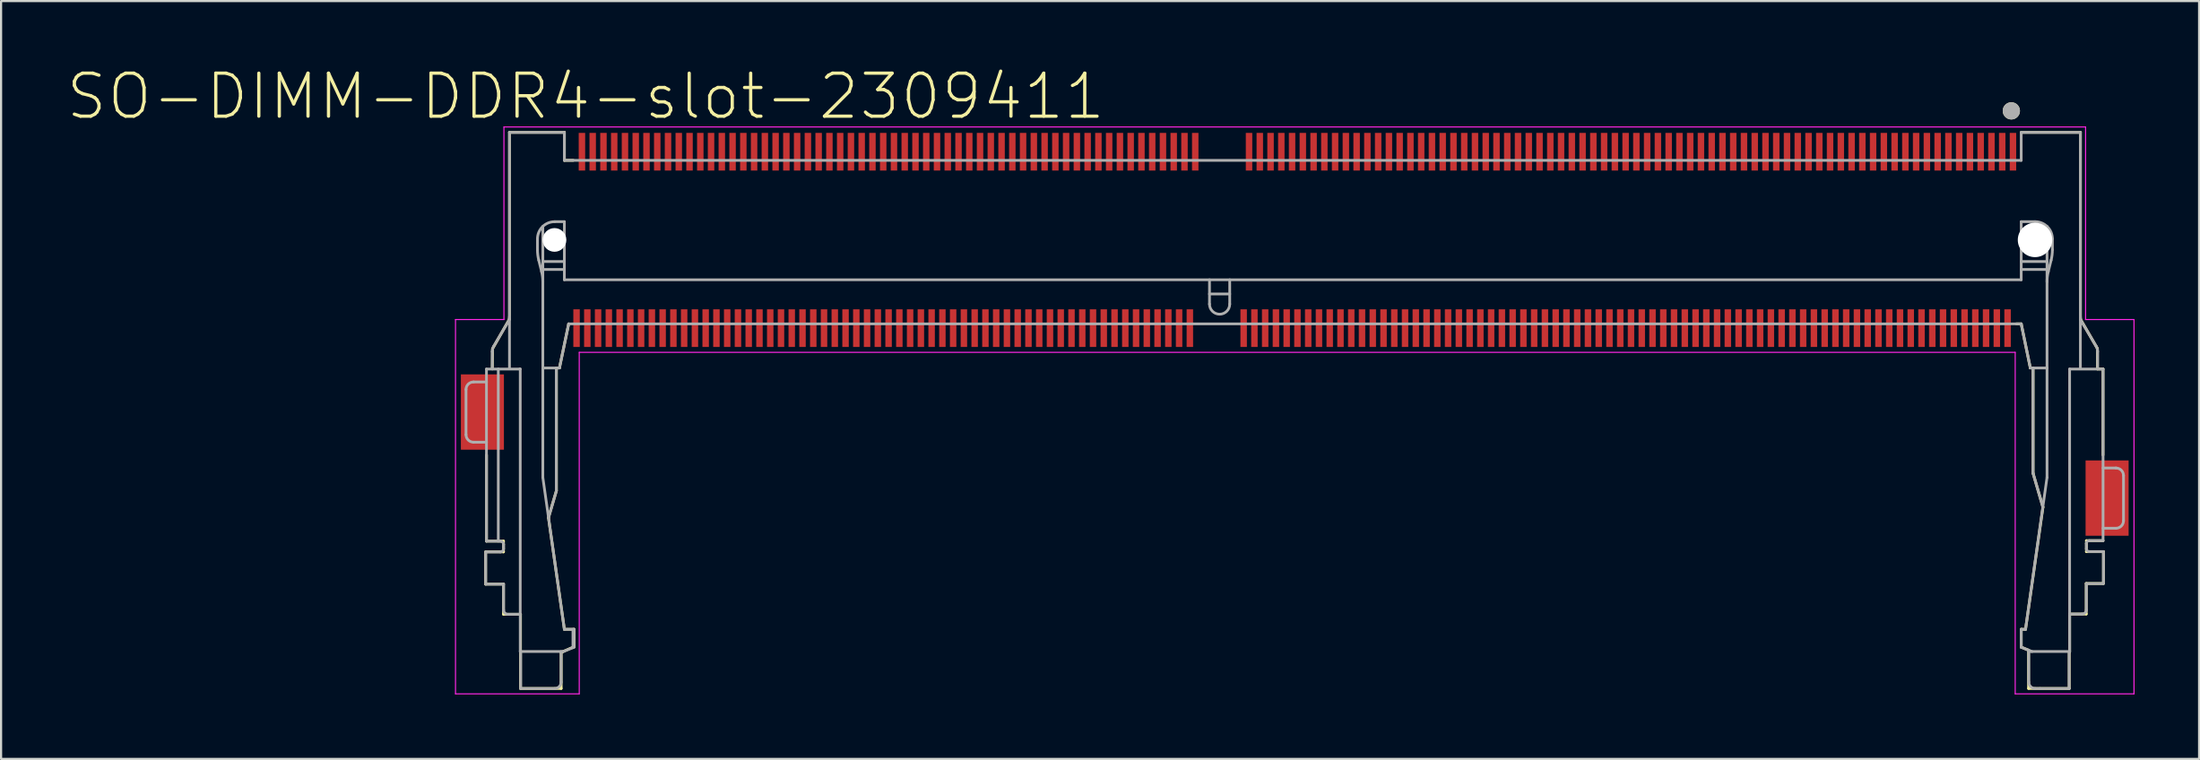
<source format=kicad_pcb>
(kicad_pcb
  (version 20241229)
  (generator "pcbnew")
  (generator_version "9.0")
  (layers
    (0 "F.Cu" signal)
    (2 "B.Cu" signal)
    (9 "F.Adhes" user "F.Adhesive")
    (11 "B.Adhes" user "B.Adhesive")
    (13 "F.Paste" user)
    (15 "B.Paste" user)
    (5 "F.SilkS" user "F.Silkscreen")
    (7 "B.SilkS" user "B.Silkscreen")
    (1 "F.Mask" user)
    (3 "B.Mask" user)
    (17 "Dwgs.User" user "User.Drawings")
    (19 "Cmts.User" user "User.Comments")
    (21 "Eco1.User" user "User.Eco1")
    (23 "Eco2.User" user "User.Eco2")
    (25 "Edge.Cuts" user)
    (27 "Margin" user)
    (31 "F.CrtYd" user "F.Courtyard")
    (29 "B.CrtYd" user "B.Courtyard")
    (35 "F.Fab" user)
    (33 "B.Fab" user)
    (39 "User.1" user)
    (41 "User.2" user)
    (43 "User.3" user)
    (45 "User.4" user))
  (footprint "SO-DIMM-DDR4-slot-2309411"
    (layer "F.Cu")
    (at 53.618 8.103)
    (property "Reference" "SO-DIMM-DDR4-slot-2309411" (at -29.45 -6.67 0) (layer "F.SilkS") (effects (font (size 2 2) (thickness 0.15))))
    (attr through_hole)
    (fp_line (start -34.1 14.5) (end -33.27 14.5) (stroke (width 0.127) (type solid)) (layer "F.SilkS"))
    (fp_line (start -34.1 16) (end -34.1 14.5) (stroke (width 0.127) (type solid)) (layer "F.SilkS"))
    (fp_line (start -34.06 14) (end -34.06 10) (stroke (width 0.127) (type solid)) (layer "F.SilkS"))
    (fp_line (start -33.78 5.06) (end -33.79 6) (stroke (width 0.127) (type solid)) (layer "F.SilkS"))
    (fp_line (start -33.27 14) (end -34.06 14) (stroke (width 0.127) (type solid)) (layer "F.SilkS"))
    (fp_line (start -33.27 14.5) (end -33.27 14) (stroke (width 0.127) (type solid)) (layer "F.SilkS"))
    (fp_line (start -33.27 16) (end -34.1 16) (stroke (width 0.127) (type solid)) (layer "F.SilkS"))
    (fp_line (start -33.27 17.4) (end -33.27 16) (stroke (width 0.127) (type solid)) (layer "F.SilkS"))
    (fp_line (start -33 3.69) (end -33.78 5.06) (stroke (width 0.127) (type solid)) (layer "F.SilkS"))
    (fp_line (start -32.99 -5) (end -32.99 3.69) (stroke (width 0.127) (type solid)) (layer "F.SilkS"))
    (fp_line (start -32.48 17.4) (end -33.27 17.4) (stroke (width 0.127) (type solid)) (layer "F.SilkS"))
    (fp_line (start -32.48 20.85) (end -32.48 17.4) (stroke (width 0.127) (type solid)) (layer "F.SilkS"))
    (fp_line (start -31.18 12.91) (end -30.44 18.1) (stroke (width 0.127) (type solid)) (layer "F.SilkS"))
    (fp_line (start -30.81 5.95) (end -30.81 11.65) (stroke (width 0.127) (type solid)) (layer "F.SilkS"))
    (fp_line (start -30.81 11.65) (end -31.18 12.91) (stroke (width 0.127) (type solid)) (layer "F.SilkS"))
    (fp_line (start -30.67 5.95) (end -30.81 5.95) (stroke (width 0.127) (type solid)) (layer "F.SilkS"))
    (fp_line (start -30.59 19.18) (end -30.59 20.85) (stroke (width 0.127) (type solid)) (layer "F.SilkS"))
    (fp_line (start -30.59 20.85) (end -32.48 20.85) (stroke (width 0.127) (type solid)) (layer "F.SilkS"))
    (fp_line (start -30.47 19.12) (end -30.59 19.18) (stroke (width 0.127) (type solid)) (layer "F.SilkS"))
    (fp_line (start -30.44 -5) (end -32.99 -5) (stroke (width 0.127) (type solid)) (layer "F.SilkS"))
    (fp_line (start -30.44 -3.7) (end -30.44 -5) (stroke (width 0.127) (type solid)) (layer "F.SilkS"))
    (fp_line (start -30.44 18.1) (end -29.99 18.1) (stroke (width 0.127) (type solid)) (layer "F.SilkS"))
    (fp_line (start -30.24 3.9) (end -30.67 5.95) (stroke (width 0.127) (type solid)) (layer "F.SilkS"))
    (fp_line (start -30.03 -3.7) (end -30.44 -3.7) (stroke (width 0.127) (type solid)) (layer "F.SilkS"))
    (fp_line (start -29.99 18.1) (end -29.99 18.91) (stroke (width 0.127) (type solid)) (layer "F.SilkS"))
    (fp_line (start -29.99 18.91) (end -30.47 19.12) (stroke (width 0.127) (type solid)) (layer "F.SilkS"))
    (fp_line (start 37.03 3.9) (end 37.26 3.9) (stroke (width 0.127) (type solid)) (layer "F.SilkS"))
    (fp_line (start 37.26 3.9) (end 37.68 5.95) (stroke (width 0.127) (type solid)) (layer "F.SilkS"))
    (fp_line (start 37.26 18.1) (end 37.46 18.1) (stroke (width 0.127) (type solid)) (layer "F.SilkS"))
    (fp_line (start 37.26 18.93) (end 37.26 18.1) (stroke (width 0.127) (type solid)) (layer "F.SilkS"))
    (fp_line (start 37.46 18.1) (end 38.27 12.42) (stroke (width 0.127) (type solid)) (layer "F.SilkS"))
    (fp_line (start 37.6 19.07) (end 37.26 18.93) (stroke (width 0.127) (type solid)) (layer "F.SilkS"))
    (fp_line (start 37.6 20.85) (end 37.6 19.07) (stroke (width 0.127) (type solid)) (layer "F.SilkS"))
    (fp_line (start 37.68 5.95) (end 37.81 5.95) (stroke (width 0.127) (type solid)) (layer "F.SilkS"))
    (fp_line (start 37.81 5.95) (end 37.81 10.85) (stroke (width 0.127) (type solid)) (layer "F.SilkS"))
    (fp_line (start 37.81 10.85) (end 38.27 12.42) (stroke (width 0.127) (type solid)) (layer "F.SilkS"))
    (fp_line (start 39.49 19.14) (end 39.49 20.85) (stroke (width 0.127) (type solid)) (layer "F.SilkS"))
    (fp_line (start 39.49 20.85) (end 37.6 20.85) (stroke (width 0.127) (type solid)) (layer "F.SilkS"))
    (fp_line (start 39.51 17.39) (end 39.51 19.14) (stroke (width 0.127) (type solid)) (layer "F.SilkS"))
    (fp_line (start 39.51 19.14) (end 39.49 19.14) (stroke (width 0.127) (type solid)) (layer "F.SilkS"))
    (fp_line (start 40.01 -5) (end 37.26 -5) (stroke (width 0.127) (type solid)) (layer "F.SilkS"))
    (fp_line (start 40.01 -5) (end 40.01 3.68) (stroke (width 0.127) (type solid)) (layer "F.SilkS"))
    (fp_line (start 40.01 3.68) (end 40.01 3.69) (stroke (width 0.127) (type solid)) (layer "F.SilkS"))
    (fp_line (start 40.01 3.68) (end 40.8 5.05) (stroke (width 0.127) (type solid)) (layer "F.SilkS"))
    (fp_line (start 40.28 15.97) (end 40.28 17.39) (stroke (width 0.127) (type solid)) (layer "F.SilkS"))
    (fp_line (start 40.28 17.39) (end 39.51 17.39) (stroke (width 0.127) (type solid)) (layer "F.SilkS"))
    (fp_line (start 40.29 13.98) (end 40.29 14.49) (stroke (width 0.127) (type solid)) (layer "F.SilkS"))
    (fp_line (start 40.29 14.49) (end 41.08 14.49) (stroke (width 0.127) (type solid)) (layer "F.SilkS"))
    (fp_line (start 40.8 5.05) (end 40.8 6) (stroke (width 0.127) (type solid)) (layer "F.SilkS"))
    (fp_line (start 40.8 6) (end 41.06 6) (stroke (width 0.127) (type solid)) (layer "F.SilkS"))
    (fp_line (start 41.06 6) (end 41.06 10) (stroke (width 0.127) (type solid)) (layer "F.SilkS"))
    (fp_line (start 41.06 13.98) (end 40.29 13.98) (stroke (width 0.127) (type solid)) (layer "F.SilkS"))
    (fp_line (start 41.08 14.49) (end 41.08 15.97) (stroke (width 0.127) (type solid)) (layer "F.SilkS"))
    (fp_line (start 41.08 15.97) (end 40.28 15.97) (stroke (width 0.127) (type solid)) (layer "F.SilkS"))
    (fp_circle (center 36.8 -6) (end 37 -6) (stroke (width 0.4) (type solid)) (fill no) (layer "F.SilkS"))
    (fp_line (start -35.5 3.7) (end -35.5 21.1) (stroke (width 0.05) (type solid)) (layer "F.CrtYd"))
    (fp_line (start -35.5 3.7) (end -33.25 3.7) (stroke (width 0.05) (type solid)) (layer "F.CrtYd"))
    (fp_line (start -35.5 21.1) (end -29.75 21.1) (stroke (width 0.05) (type solid)) (layer "F.CrtYd"))
    (fp_line (start -33.25 -5.25) (end 40.25 -5.25) (stroke (width 0.05) (type solid)) (layer "F.CrtYd"))
    (fp_line (start -33.25 3.7) (end -33.25 -5.25) (stroke (width 0.05) (type solid)) (layer "F.CrtYd"))
    (fp_line (start -29.75 5.225) (end -29.75 21.1) (stroke (width 0.05) (type solid)) (layer "F.CrtYd"))
    (fp_line (start 36.98 5.225) (end -29.75 5.225) (stroke (width 0.05) (type solid)) (layer "F.CrtYd"))
    (fp_line (start 36.98 21.1) (end 36.98 5.225) (stroke (width 0.05) (type solid)) (layer "F.CrtYd"))
    (fp_line (start 40.25 -5.25) (end 40.25 3.7) (stroke (width 0.05) (type solid)) (layer "F.CrtYd"))
    (fp_line (start 40.25 3.7) (end 42.5 3.7) (stroke (width 0.05) (type solid)) (layer "F.CrtYd"))
    (fp_line (start 42.5 3.7) (end 42.5 21.1) (stroke (width 0.05) (type solid)) (layer "F.CrtYd"))
    (fp_line (start 42.5 21.1) (end 36.98 21.1) (stroke (width 0.05) (type solid)) (layer "F.CrtYd"))
    (fp_line (start -35.012 9.052) (end -35.012 6.952) (stroke (width 0.127) (type solid)) (layer "F.Fab"))
    (fp_line (start -34.662 6.602) (end -34.062 6.602) (stroke (width 0.127) (type solid)) (layer "F.Fab"))
    (fp_line (start -34.099 16.002) (end -34.099 14.502) (stroke (width 0.127) (type solid)) (layer "F.Fab"))
    (fp_line (start -34.081 14.502) (end -33.417 14.502) (stroke (width 0.127) (type solid)) (layer "F.Fab"))
    (fp_line (start -34.062 6.002) (end -34.062 14.002) (stroke (width 0.127) (type solid)) (layer "F.Fab"))
    (fp_line (start -34.062 6.002) (end -32.517 6.002) (stroke (width 0.127) (type solid)) (layer "F.Fab"))
    (fp_line (start -34.062 9.402) (end -34.662 9.402) (stroke (width 0.127) (type solid)) (layer "F.Fab"))
    (fp_line (start -33.792 5.189) (end -33.792 5.952) (stroke (width 0.127) (type solid)) (layer "F.Fab"))
    (fp_line (start -33.512 6.002) (end -33.512 14.002) (stroke (width 0.127) (type solid)) (layer "F.Fab"))
    (fp_line (start -33.417 14.002) (end -34.062 14.002) (stroke (width 0.127) (type solid)) (layer "F.Fab"))
    (fp_line (start -33.267 14.352) (end -33.267 14.152) (stroke (width 0.127) (type solid)) (layer "F.Fab"))
    (fp_line (start -33.267 16.002) (end -34.081 16.002) (stroke (width 0.127) (type solid)) (layer "F.Fab"))
    (fp_line (start -33.267 17.202) (end -33.267 16.002) (stroke (width 0.127) (type solid)) (layer "F.Fab"))
    (fp_line (start -33.062 3.82) (end -33.722 4.935) (stroke (width 0.127) (type solid)) (layer "F.Fab"))
    (fp_line (start -32.992 -4.998) (end -32.992 5.952) (stroke (width 0.127) (type solid)) (layer "F.Fab"))
    (fp_line (start -32.492 17.402) (end -33.067 17.402) (stroke (width 0.127) (type solid)) (layer "F.Fab"))
    (fp_line (start -32.492 19.132) (end -32.492 6.002) (stroke (width 0.127) (type solid)) (layer "F.Fab"))
    (fp_line (start -32.492 19.132) (end -30.492 19.132) (stroke (width 0.127) (type solid)) (layer "F.Fab"))
    (fp_line (start -32.472 20.852) (end -32.472 19.132) (stroke (width 0.127) (type solid)) (layer "F.Fab"))
    (fp_line (start -31.692 -0.048) (end -31.692 0.456) (stroke (width 0.127) (type solid)) (layer "F.Fab"))
    (fp_line (start -31.632 0.941) (end -31.502 1.464) (stroke (width 0.127) (type solid)) (layer "F.Fab"))
    (fp_line (start -31.442 1.003) (end -30.442 1.003) (stroke (width 0.127) (type solid)) (layer "F.Fab"))
    (fp_line (start -31.442 1.372) (end -30.442 1.372) (stroke (width 0.127) (type solid)) (layer "F.Fab"))
    (fp_line (start -31.442 11.041) (end -31.442 -0.629) (stroke (width 0.127) (type solid)) (layer "F.Fab"))
    (fp_line (start -30.892 20.852) (end -32.472 20.852) (stroke (width 0.127) (type solid)) (layer "F.Fab"))
    (fp_line (start -30.817 5.952) (end -30.817 11.684) (stroke (width 0.127) (type solid)) (layer "F.Fab"))
    (fp_line (start -30.817 11.684) (end -31.177 12.912) (stroke (width 0.127) (type solid)) (layer "F.Fab"))
    (fp_line (start -30.669 5.952) (end -31.442 5.952) (stroke (width 0.127) (type solid)) (layer "F.Fab"))
    (fp_line (start -30.669 5.952) (end -30.242 3.902) (stroke (width 0.127) (type solid)) (layer "F.Fab"))
    (fp_line (start -30.592 19.132) (end -30.592 20.552) (stroke (width 0.127) (type solid)) (layer "F.Fab"))
    (fp_line (start -30.492 19.132) (end -29.992 18.932) (stroke (width 0.127) (type solid)) (layer "F.Fab"))
    (fp_line (start -30.442 -4.998) (end -32.992 -4.998) (stroke (width 0.127) (type solid)) (layer "F.Fab"))
    (fp_line (start -30.442 -3.698) (end -30.442 -4.998) (stroke (width 0.127) (type solid)) (layer "F.Fab"))
    (fp_line (start -30.442 -0.848) (end -30.892 -0.848) (stroke (width 0.127) (type solid)) (layer "F.Fab"))
    (fp_line (start -30.442 -0.848) (end -30.442 1.852) (stroke (width 0.127) (type solid)) (layer "F.Fab"))
    (fp_line (start -30.442 1.852) (end 37.258 1.852) (stroke (width 0.127) (type solid)) (layer "F.Fab"))
    (fp_line (start -30.442 18.102) (end -31.442 11.041) (stroke (width 0.127) (type solid)) (layer "F.Fab"))
    (fp_line (start -30.442 18.102) (end -29.992 18.102) (stroke (width 0.127) (type solid)) (layer "F.Fab"))
    (fp_line (start -30.242 3.902) (end 37.258 3.902) (stroke (width 0.127) (type solid)) (layer "F.Fab"))
    (fp_line (start -30.042 18.952) (end -30.042 18.102) (stroke (width 0.127) (type solid)) (layer "F.Fab"))
    (fp_line (start -29.992 18.932) (end -29.992 18.102) (stroke (width 0.127) (type solid)) (layer "F.Fab"))
    (fp_line (start -0.462 2.982) (end -0.462 1.852) (stroke (width 0.127) (type solid)) (layer "F.Fab"))
    (fp_line (start 0.478 2.512) (end -0.462 2.512) (stroke (width 0.127) (type solid)) (layer "F.Fab"))
    (fp_line (start 0.478 2.982) (end 0.478 1.852) (stroke (width 0.127) (type solid)) (layer "F.Fab"))
    (fp_line (start 37.258 -4.998) (end 37.258 -3.698) (stroke (width 0.127) (type solid)) (layer "F.Fab"))
    (fp_line (start 37.258 -3.698) (end -30.442 -3.698) (stroke (width 0.127) (type solid)) (layer "F.Fab"))
    (fp_line (start 37.258 -0.848) (end 37.908 -0.848) (stroke (width 0.127) (type solid)) (layer "F.Fab"))
    (fp_line (start 37.258 1.003) (end 38.458 1.003) (stroke (width 0.127) (type solid)) (layer "F.Fab"))
    (fp_line (start 37.258 1.372) (end 38.458 1.372) (stroke (width 0.127) (type solid)) (layer "F.Fab"))
    (fp_line (start 37.258 1.852) (end 37.258 -0.848) (stroke (width 0.127) (type solid)) (layer "F.Fab"))
    (fp_line (start 37.258 3.902) (end 37.685 5.952) (stroke (width 0.127) (type solid)) (layer "F.Fab"))
    (fp_line (start 37.258 18.102) (end 37.258 18.932) (stroke (width 0.127) (type solid)) (layer "F.Fab"))
    (fp_line (start 37.258 18.102) (end 37.458 18.102) (stroke (width 0.127) (type solid)) (layer "F.Fab"))
    (fp_line (start 37.258 18.932) (end 37.758 19.132) (stroke (width 0.127) (type solid)) (layer "F.Fab"))
    (fp_line (start 37.458 18.102) (end 38.458 11.041) (stroke (width 0.127) (type solid)) (layer "F.Fab"))
    (fp_line (start 37.608 19.072) (end 37.608 20.552) (stroke (width 0.127) (type solid)) (layer "F.Fab"))
    (fp_line (start 37.608 19.132) (end 39.508 19.132) (stroke (width 0.127) (type solid)) (layer "F.Fab"))
    (fp_line (start 37.685 5.952) (end 38.458 5.952) (stroke (width 0.127) (type solid)) (layer "F.Fab"))
    (fp_line (start 37.808 10.836) (end 37.808 5.952) (stroke (width 0.127) (type solid)) (layer "F.Fab"))
    (fp_line (start 38.127 20.852) (end 37.908 20.852) (stroke (width 0.127) (type solid)) (layer "F.Fab"))
    (fp_line (start 38.263 12.421) (end 37.808 10.836) (stroke (width 0.127) (type solid)) (layer "F.Fab"))
    (fp_line (start 38.458 -0.629) (end 38.458 11.041) (stroke (width 0.127) (type solid)) (layer "F.Fab"))
    (fp_line (start 38.648 0.941) (end 38.518 1.464) (stroke (width 0.127) (type solid)) (layer "F.Fab"))
    (fp_line (start 38.708 -0.048) (end 38.708 0.456) (stroke (width 0.127) (type solid)) (layer "F.Fab"))
    (fp_line (start 39.488 19.132) (end 39.488 20.853) (stroke (width 0.127) (type solid)) (layer "F.Fab"))
    (fp_line (start 39.488 20.853) (end 38.127 20.853) (stroke (width 0.127) (type solid)) (layer "F.Fab"))
    (fp_line (start 39.508 6.002) (end 41.062 6.002) (stroke (width 0.127) (type solid)) (layer "F.Fab"))
    (fp_line (start 39.508 19.132) (end 39.508 6.002) (stroke (width 0.127) (type solid)) (layer "F.Fab"))
    (fp_line (start 40.008 -4.998) (end 37.258 -4.998) (stroke (width 0.127) (type solid)) (layer "F.Fab"))
    (fp_line (start 40.008 5.952) (end 40.008 -4.998) (stroke (width 0.127) (type solid)) (layer "F.Fab"))
    (fp_line (start 40.086 17.39) (end 39.508 17.39) (stroke (width 0.127) (type solid)) (layer "F.Fab"))
    (fp_line (start 40.286 15.975) (end 40.286 17.189) (stroke (width 0.127) (type solid)) (layer "F.Fab"))
    (fp_line (start 40.287 14.108) (end 40.287 14.358) (stroke (width 0.127) (type solid)) (layer "F.Fab"))
    (fp_line (start 40.414 14.486) (end 41.066 14.486) (stroke (width 0.127) (type solid)) (layer "F.Fab"))
    (fp_line (start 40.738 4.935) (end 40.078 3.82) (stroke (width 0.127) (type solid)) (layer "F.Fab"))
    (fp_line (start 40.808 5.952) (end 40.808 5.189) (stroke (width 0.127) (type solid)) (layer "F.Fab"))
    (fp_line (start 41.062 10.602) (end 41.662 10.602) (stroke (width 0.127) (type solid)) (layer "F.Fab"))
    (fp_line (start 41.062 13.98) (end 40.414 13.98) (stroke (width 0.127) (type solid)) (layer "F.Fab"))
    (fp_line (start 41.062 13.98) (end 41.062 6.002) (stroke (width 0.127) (type solid)) (layer "F.Fab"))
    (fp_line (start 41.066 15.975) (end 40.286 15.975) (stroke (width 0.127) (type solid)) (layer "F.Fab"))
    (fp_line (start 41.081 15.975) (end 41.081 14.486) (stroke (width 0.127) (type solid)) (layer "F.Fab"))
    (fp_line (start 41.662 13.402) (end 41.062 13.402) (stroke (width 0.127) (type solid)) (layer "F.Fab"))
    (fp_line (start 42.012 10.952) (end 42.012 13.052) (stroke (width 0.127) (type solid)) (layer "F.Fab"))
    (fp_arc (start -35.0121 6.95244) (mid -34.909587 6.704953) (end -34.6621 6.60244) (stroke (width 0.127) (type solid)) (layer "F.Fab"))
    (fp_arc (start -34.6621 9.40244) (mid -34.909587 9.299927) (end -35.0121 9.05244) (stroke (width 0.127) (type solid)) (layer "F.Fab"))
    (fp_arc (start -33.7919 5.18946) (mid -33.774097 5.057308) (end -33.722 4.93456) (stroke (width 0.127) (type solid)) (layer "F.Fab"))
    (fp_arc (start -33.4169 14.0024) (mid -33.310834 14.046334) (end -33.2669 14.1524) (stroke (width 0.127) (type solid)) (layer "F.Fab"))
    (fp_arc (start -33.2669 14.3524) (mid -33.310834 14.458466) (end -33.4169 14.5024) (stroke (width 0.127) (type solid)) (layer "F.Fab"))
    (fp_arc (start -33.0669 17.4024) (mid -33.208321 17.343821) (end -33.2669 17.2024) (stroke (width 0.127) (type solid)) (layer "F.Fab"))
    (fp_arc (start -32.9919 3.56542) (mid -33.009653 3.697565) (end -33.0617 3.82032) (stroke (width 0.127) (type solid)) (layer "F.Fab"))
    (fp_arc (start -32.4919 5.99926) (mid -32.504299 6.001641) (end -32.5169 6.00244) (stroke (width 0.127) (type solid)) (layer "F.Fab"))
    (fp_arc (start -31.6919 -0.047559) (mid -31.457585 -0.613244) (end -30.8919 -0.847559) (stroke (width 0.127) (type solid)) (layer "F.Fab"))
    (fp_arc (start -31.6321 0.941341) (mid -31.676874 0.700625) (end -31.6919 0.456241) (stroke (width 0.127) (type solid)) (layer "F.Fab"))
    (fp_arc (start -31.5016 1.46355) (mid -31.456876 1.704264) (end -31.4419 1.94864) (stroke (width 0.127) (type solid)) (layer "F.Fab"))
    (fp_arc (start -30.5919 20.5524) (mid -30.679768 20.764532) (end -30.8919 20.8524) (stroke (width 0.127) (type solid)) (layer "F.Fab"))
    (fp_arc (start 0.478131 2.98244) (mid 0.008131 3.45244) (end -0.461869 2.98244) (stroke (width 0.127) (type solid)) (layer "F.Fab"))
    (fp_arc (start 37.9081 -0.847559) (mid 38.473785 -0.613244) (end 38.7081 -0.047559) (stroke (width 0.127) (type solid)) (layer "F.Fab"))
    (fp_arc (start 37.9081 20.8524) (mid 37.695968 20.764532) (end 37.6081 20.5524) (stroke (width 0.127) (type solid)) (layer "F.Fab"))
    (fp_arc (start 38.4581 1.94864) (mid 38.473126 1.704261) (end 38.5179 1.46355) (stroke (width 0.127) (type solid)) (layer "F.Fab"))
    (fp_arc (start 38.7081 0.456241) (mid 38.693124 0.700622) (end 38.6484 0.941341) (stroke (width 0.127) (type solid)) (layer "F.Fab"))
    (fp_arc (start 40.078 3.82032) (mid 40.025903 3.697572) (end 40.0081 3.56542) (stroke (width 0.127) (type solid)) (layer "F.Fab"))
    (fp_arc (start 40.2862 17.1895) (mid 40.227621 17.330921) (end 40.0862 17.3895) (stroke (width 0.127) (type solid)) (layer "F.Fab"))
    (fp_arc (start 40.2866 14.1078) (mid 40.323973 14.017573) (end 40.4142 13.9802) (stroke (width 0.127) (type solid)) (layer "F.Fab"))
    (fp_arc (start 40.4142 14.4858) (mid 40.323973 14.448427) (end 40.2866 14.3582) (stroke (width 0.127) (type solid)) (layer "F.Fab"))
    (fp_arc (start 40.7383 4.93456) (mid 40.790348 5.057314) (end 40.8081 5.18946) (stroke (width 0.127) (type solid)) (layer "F.Fab"))
    (fp_arc (start 41.6621 10.6024) (mid 41.909587 10.704913) (end 42.0121 10.9524) (stroke (width 0.127) (type solid)) (layer "F.Fab"))
    (fp_arc (start 42.0121 13.0524) (mid 41.909587 13.299887) (end 41.6621 13.4024) (stroke (width 0.127) (type solid)) (layer "F.Fab"))
    (fp_circle (center 36.8 -6) (end 37 -6) (stroke (width 0.4) (type solid)) (fill no) (layer "F.Fab"))
    (pad "" np_thru_hole circle (at -30.9 0) (size 1.1 1.1) (drill 1.1) (layers "*.Cu" "*.Mask"))
    (pad "" np_thru_hole circle (at 37.9 0) (size 1.6 1.6) (drill 1.6) (layers "*.Cu" "*.Mask"))
    (pad "1" smd rect (at 36.875 -4.1 90) (size 1.75 0.3) (layers "F.Cu" "F.Mask" "F.Paste"))
    (pad "2" smd rect (at 36.625 4.1 90) (size 1.75 0.3) (layers "F.Cu" "F.Mask" "F.Paste"))
    (pad "3" smd rect (at 36.375 -4.1 90) (size 1.75 0.3) (layers "F.Cu" "F.Mask" "F.Paste"))
    (pad "4" smd rect (at 36.125 4.1 90) (size 1.75 0.3) (layers "F.Cu" "F.Mask" "F.Paste"))
    (pad "5" smd rect (at 35.875 -4.1 90) (size 1.75 0.3) (layers "F.Cu" "F.Mask" "F.Paste"))
    (pad "6" smd rect (at 35.625 4.1 90) (size 1.75 0.3) (layers "F.Cu" "F.Mask" "F.Paste"))
    (pad "7" smd rect (at 35.375 -4.1 90) (size 1.75 0.3) (layers "F.Cu" "F.Mask" "F.Paste"))
    (pad "8" smd rect (at 35.125 4.1 90) (size 1.75 0.3) (layers "F.Cu" "F.Mask" "F.Paste"))
    (pad "9" smd rect (at 34.875 -4.1 90) (size 1.75 0.3) (layers "F.Cu" "F.Mask" "F.Paste"))
    (pad "10" smd rect (at 34.625 4.1 90) (size 1.75 0.3) (layers "F.Cu" "F.Mask" "F.Paste"))
    (pad "11" smd rect (at 34.375 -4.1 90) (size 1.75 0.3) (layers "F.Cu" "F.Mask" "F.Paste"))
    (pad "12" smd rect (at 34.125 4.1 90) (size 1.75 0.3) (layers "F.Cu" "F.Mask" "F.Paste"))
    (pad "13" smd rect (at 33.875 -4.1 90) (size 1.75 0.3) (layers "F.Cu" "F.Mask" "F.Paste"))
    (pad "14" smd rect (at 33.625 4.1 90) (size 1.75 0.3) (layers "F.Cu" "F.Mask" "F.Paste"))
    (pad "15" smd rect (at 33.375 -4.1 90) (size 1.75 0.3) (layers "F.Cu" "F.Mask" "F.Paste"))
    (pad "16" smd rect (at 33.125 4.1 90) (size 1.75 0.3) (layers "F.Cu" "F.Mask" "F.Paste"))
    (pad "17" smd rect (at 32.875 -4.1 90) (size 1.75 0.3) (layers "F.Cu" "F.Mask" "F.Paste"))
    (pad "18" smd rect (at 32.625 4.1 90) (size 1.75 0.3) (layers "F.Cu" "F.Mask" "F.Paste"))
    (pad "19" smd rect (at 32.375 -4.1 90) (size 1.75 0.3) (layers "F.Cu" "F.Mask" "F.Paste"))
    (pad "20" smd rect (at 32.125 4.1 90) (size 1.75 0.3) (layers "F.Cu" "F.Mask" "F.Paste"))
    (pad "21" smd rect (at 31.875 -4.1 90) (size 1.75 0.3) (layers "F.Cu" "F.Mask" "F.Paste"))
    (pad "22" smd rect (at 31.625 4.1 90) (size 1.75 0.3) (layers "F.Cu" "F.Mask" "F.Paste"))
    (pad "23" smd rect (at 31.375 -4.1 90) (size 1.75 0.3) (layers "F.Cu" "F.Mask" "F.Paste"))
    (pad "24" smd rect (at 31.125 4.1 90) (size 1.75 0.3) (layers "F.Cu" "F.Mask" "F.Paste"))
    (pad "25" smd rect (at 30.875 -4.1 90) (size 1.75 0.3) (layers "F.Cu" "F.Mask" "F.Paste"))
    (pad "26" smd rect (at 30.625 4.1 90) (size 1.75 0.3) (layers "F.Cu" "F.Mask" "F.Paste"))
    (pad "27" smd rect (at 30.375 -4.1 90) (size 1.75 0.3) (layers "F.Cu" "F.Mask" "F.Paste"))
    (pad "28" smd rect (at 30.125 4.1 90) (size 1.75 0.3) (layers "F.Cu" "F.Mask" "F.Paste"))
    (pad "29" smd rect (at 29.875 -4.1 90) (size 1.75 0.3) (layers "F.Cu" "F.Mask" "F.Paste"))
    (pad "30" smd rect (at 29.625 4.1 90) (size 1.75 0.3) (layers "F.Cu" "F.Mask" "F.Paste"))
    (pad "31" smd rect (at 29.375 -4.1 90) (size 1.75 0.3) (layers "F.Cu" "F.Mask" "F.Paste"))
    (pad "32" smd rect (at 29.125 4.1 90) (size 1.75 0.3) (layers "F.Cu" "F.Mask" "F.Paste"))
    (pad "33" smd rect (at 28.875 -4.1 90) (size 1.75 0.3) (layers "F.Cu" "F.Mask" "F.Paste"))
    (pad "34" smd rect (at 28.625 4.1 90) (size 1.75 0.3) (layers "F.Cu" "F.Mask" "F.Paste"))
    (pad "35" smd rect (at 28.375 -4.1 90) (size 1.75 0.3) (layers "F.Cu" "F.Mask" "F.Paste"))
    (pad "36" smd rect (at 28.125 4.1 90) (size 1.75 0.3) (layers "F.Cu" "F.Mask" "F.Paste"))
    (pad "37" smd rect (at 27.875 -4.1 90) (size 1.75 0.3) (layers "F.Cu" "F.Mask" "F.Paste"))
    (pad "38" smd rect (at 27.625 4.1 90) (size 1.75 0.3) (layers "F.Cu" "F.Mask" "F.Paste"))
    (pad "39" smd rect (at 27.375 -4.1 90) (size 1.75 0.3) (layers "F.Cu" "F.Mask" "F.Paste"))
    (pad "40" smd rect (at 27.125 4.1 90) (size 1.75 0.3) (layers "F.Cu" "F.Mask" "F.Paste"))
    (pad "41" smd rect (at 26.875 -4.1 90) (size 1.75 0.3) (layers "F.Cu" "F.Mask" "F.Paste"))
    (pad "42" smd rect (at 26.625 4.1 90) (size 1.75 0.3) (layers "F.Cu" "F.Mask" "F.Paste"))
    (pad "43" smd rect (at 26.375 -4.1 90) (size 1.75 0.3) (layers "F.Cu" "F.Mask" "F.Paste"))
    (pad "44" smd rect (at 26.125 4.1 90) (size 1.75 0.3) (layers "F.Cu" "F.Mask" "F.Paste"))
    (pad "45" smd rect (at 25.875 -4.1 90) (size 1.75 0.3) (layers "F.Cu" "F.Mask" "F.Paste"))
    (pad "46" smd rect (at 25.625 4.1 90) (size 1.75 0.3) (layers "F.Cu" "F.Mask" "F.Paste"))
    (pad "47" smd rect (at 25.375 -4.1 90) (size 1.75 0.3) (layers "F.Cu" "F.Mask" "F.Paste"))
    (pad "48" smd rect (at 25.125 4.1 90) (size 1.75 0.3) (layers "F.Cu" "F.Mask" "F.Paste"))
    (pad "49" smd rect (at 24.875 -4.1 90) (size 1.75 0.3) (layers "F.Cu" "F.Mask" "F.Paste"))
    (pad "50" smd rect (at 24.625 4.1 90) (size 1.75 0.3) (layers "F.Cu" "F.Mask" "F.Paste"))
    (pad "51" smd rect (at 24.375 -4.1 90) (size 1.75 0.3) (layers "F.Cu" "F.Mask" "F.Paste"))
    (pad "52" smd rect (at 24.125 4.1 90) (size 1.75 0.3) (layers "F.Cu" "F.Mask" "F.Paste"))
    (pad "53" smd rect (at 23.875 -4.1 90) (size 1.75 0.3) (layers "F.Cu" "F.Mask" "F.Paste"))
    (pad "54" smd rect (at 23.625 4.1 90) (size 1.75 0.3) (layers "F.Cu" "F.Mask" "F.Paste"))
    (pad "55" smd rect (at 23.375 -4.1 90) (size 1.75 0.3) (layers "F.Cu" "F.Mask" "F.Paste"))
    (pad "56" smd rect (at 23.125 4.1 90) (size 1.75 0.3) (layers "F.Cu" "F.Mask" "F.Paste"))
    (pad "57" smd rect (at 22.875 -4.1 90) (size 1.75 0.3) (layers "F.Cu" "F.Mask" "F.Paste"))
    (pad "58" smd rect (at 22.625 4.1 90) (size 1.75 0.3) (layers "F.Cu" "F.Mask" "F.Paste"))
    (pad "59" smd rect (at 22.375 -4.1 90) (size 1.75 0.3) (layers "F.Cu" "F.Mask" "F.Paste"))
    (pad "60" smd rect (at 22.125 4.1 90) (size 1.75 0.3) (layers "F.Cu" "F.Mask" "F.Paste"))
    (pad "61" smd rect (at 21.875 -4.1 90) (size 1.75 0.3) (layers "F.Cu" "F.Mask" "F.Paste"))
    (pad "62" smd rect (at 21.625 4.1 90) (size 1.75 0.3) (layers "F.Cu" "F.Mask" "F.Paste"))
    (pad "63" smd rect (at 21.375 -4.1 90) (size 1.75 0.3) (layers "F.Cu" "F.Mask" "F.Paste"))
    (pad "64" smd rect (at 21.125 4.1 90) (size 1.75 0.3) (layers "F.Cu" "F.Mask" "F.Paste"))
    (pad "65" smd rect (at 20.875 -4.1 90) (size 1.75 0.3) (layers "F.Cu" "F.Mask" "F.Paste"))
    (pad "66" smd rect (at 20.625 4.1 90) (size 1.75 0.3) (layers "F.Cu" "F.Mask" "F.Paste"))
    (pad "67" smd rect (at 20.375 -4.1 90) (size 1.75 0.3) (layers "F.Cu" "F.Mask" "F.Paste"))
    (pad "68" smd rect (at 20.125 4.1 90) (size 1.75 0.3) (layers "F.Cu" "F.Mask" "F.Paste"))
    (pad "69" smd rect (at 19.875 -4.1 90) (size 1.75 0.3) (layers "F.Cu" "F.Mask" "F.Paste"))
    (pad "70" smd rect (at 19.625 4.1 90) (size 1.75 0.3) (layers "F.Cu" "F.Mask" "F.Paste"))
    (pad "71" smd rect (at 19.375 -4.1 90) (size 1.75 0.3) (layers "F.Cu" "F.Mask" "F.Paste"))
    (pad "72" smd rect (at 19.125 4.1 90) (size 1.75 0.3) (layers "F.Cu" "F.Mask" "F.Paste"))
    (pad "73" smd rect (at 18.875 -4.1 90) (size 1.75 0.3) (layers "F.Cu" "F.Mask" "F.Paste"))
    (pad "74" smd rect (at 18.625 4.1 90) (size 1.75 0.3) (layers "F.Cu" "F.Mask" "F.Paste"))
    (pad "75" smd rect (at 18.375 -4.1 90) (size 1.75 0.3) (layers "F.Cu" "F.Mask" "F.Paste"))
    (pad "76" smd rect (at 18.125 4.1 90) (size 1.75 0.3) (layers "F.Cu" "F.Mask" "F.Paste"))
    (pad "77" smd rect (at 17.875 -4.1 90) (size 1.75 0.3) (layers "F.Cu" "F.Mask" "F.Paste"))
    (pad "78" smd rect (at 17.625 4.1 90) (size 1.75 0.3) (layers "F.Cu" "F.Mask" "F.Paste"))
    (pad "79" smd rect (at 17.375 -4.1 90) (size 1.75 0.3) (layers "F.Cu" "F.Mask" "F.Paste"))
    (pad "80" smd rect (at 17.125 4.1 90) (size 1.75 0.3) (layers "F.Cu" "F.Mask" "F.Paste"))
    (pad "81" smd rect (at 16.875 -4.1 90) (size 1.75 0.3) (layers "F.Cu" "F.Mask" "F.Paste"))
    (pad "82" smd rect (at 16.625 4.1 90) (size 1.75 0.3) (layers "F.Cu" "F.Mask" "F.Paste"))
    (pad "83" smd rect (at 16.375 -4.1 90) (size 1.75 0.3) (layers "F.Cu" "F.Mask" "F.Paste"))
    (pad "84" smd rect (at 16.125 4.1 90) (size 1.75 0.3) (layers "F.Cu" "F.Mask" "F.Paste"))
    (pad "85" smd rect (at 15.875 -4.1 90) (size 1.75 0.3) (layers "F.Cu" "F.Mask" "F.Paste"))
    (pad "86" smd rect (at 15.625 4.1 90) (size 1.75 0.3) (layers "F.Cu" "F.Mask" "F.Paste"))
    (pad "87" smd rect (at 15.375 -4.1 90) (size 1.75 0.3) (layers "F.Cu" "F.Mask" "F.Paste"))
    (pad "88" smd rect (at 15.125 4.1 90) (size 1.75 0.3) (layers "F.Cu" "F.Mask" "F.Paste"))
    (pad "89" smd rect (at 14.875 -4.1 90) (size 1.75 0.3) (layers "F.Cu" "F.Mask" "F.Paste"))
    (pad "90" smd rect (at 14.625 4.1 90) (size 1.75 0.3) (layers "F.Cu" "F.Mask" "F.Paste"))
    (pad "91" smd rect (at 14.375 -4.1 90) (size 1.75 0.3) (layers "F.Cu" "F.Mask" "F.Paste"))
    (pad "92" smd rect (at 14.125 4.1 90) (size 1.75 0.3) (layers "F.Cu" "F.Mask" "F.Paste"))
    (pad "93" smd rect (at 13.875 -4.1 90) (size 1.75 0.3) (layers "F.Cu" "F.Mask" "F.Paste"))
    (pad "94" smd rect (at 13.625 4.1 90) (size 1.75 0.3) (layers "F.Cu" "F.Mask" "F.Paste"))
    (pad "95" smd rect (at 13.375 -4.1 90) (size 1.75 0.3) (layers "F.Cu" "F.Mask" "F.Paste"))
    (pad "96" smd rect (at 13.125 4.1 90) (size 1.75 0.3) (layers "F.Cu" "F.Mask" "F.Paste"))
    (pad "97" smd rect (at 12.875 -4.1 90) (size 1.75 0.3) (layers "F.Cu" "F.Mask" "F.Paste"))
    (pad "98" smd rect (at 12.625 4.1 90) (size 1.75 0.3) (layers "F.Cu" "F.Mask" "F.Paste"))
    (pad "99" smd rect (at 12.375 -4.1 90) (size 1.75 0.3) (layers "F.Cu" "F.Mask" "F.Paste"))
    (pad "100" smd rect (at 12.125 4.1 90) (size 1.75 0.3) (layers "F.Cu" "F.Mask" "F.Paste"))
    (pad "101" smd rect (at 11.875 -4.1 90) (size 1.75 0.3) (layers "F.Cu" "F.Mask" "F.Paste"))
    (pad "102" smd rect (at 11.625 4.1 90) (size 1.75 0.3) (layers "F.Cu" "F.Mask" "F.Paste"))
    (pad "103" smd rect (at 11.375 -4.1 90) (size 1.75 0.3) (layers "F.Cu" "F.Mask" "F.Paste"))
    (pad "104" smd rect (at 11.125 4.1 90) (size 1.75 0.3) (layers "F.Cu" "F.Mask" "F.Paste"))
    (pad "105" smd rect (at 10.875 -4.1 90) (size 1.75 0.3) (layers "F.Cu" "F.Mask" "F.Paste"))
    (pad "106" smd rect (at 10.625 4.1 90) (size 1.75 0.3) (layers "F.Cu" "F.Mask" "F.Paste"))
    (pad "107" smd rect (at 10.375 -4.1 90) (size 1.75 0.3) (layers "F.Cu" "F.Mask" "F.Paste"))
    (pad "108" smd rect (at 10.125 4.1 90) (size 1.75 0.3) (layers "F.Cu" "F.Mask" "F.Paste"))
    (pad "109" smd rect (at 9.875 -4.1 90) (size 1.75 0.3) (layers "F.Cu" "F.Mask" "F.Paste"))
    (pad "110" smd rect (at 9.625 4.1 90) (size 1.75 0.3) (layers "F.Cu" "F.Mask" "F.Paste"))
    (pad "111" smd rect (at 9.375 -4.1 90) (size 1.75 0.3) (layers "F.Cu" "F.Mask" "F.Paste"))
    (pad "112" smd rect (at 9.125 4.1 90) (size 1.75 0.3) (layers "F.Cu" "F.Mask" "F.Paste"))
    (pad "113" smd rect (at 8.875 -4.1 90) (size 1.75 0.3) (layers "F.Cu" "F.Mask" "F.Paste"))
    (pad "114" smd rect (at 8.625 4.1 90) (size 1.75 0.3) (layers "F.Cu" "F.Mask" "F.Paste"))
    (pad "115" smd rect (at 8.375 -4.1 90) (size 1.75 0.3) (layers "F.Cu" "F.Mask" "F.Paste"))
    (pad "116" smd rect (at 8.125 4.1 90) (size 1.75 0.3) (layers "F.Cu" "F.Mask" "F.Paste"))
    (pad "117" smd rect (at 7.875 -4.1 90) (size 1.75 0.3) (layers "F.Cu" "F.Mask" "F.Paste"))
    (pad "118" smd rect (at 7.625 4.1 90) (size 1.75 0.3) (layers "F.Cu" "F.Mask" "F.Paste"))
    (pad "119" smd rect (at 7.375 -4.1 90) (size 1.75 0.3) (layers "F.Cu" "F.Mask" "F.Paste"))
    (pad "120" smd rect (at 7.125 4.1 90) (size 1.75 0.3) (layers "F.Cu" "F.Mask" "F.Paste"))
    (pad "121" smd rect (at 6.875 -4.1 90) (size 1.75 0.3) (layers "F.Cu" "F.Mask" "F.Paste"))
    (pad "122" smd rect (at 6.625 4.1 90) (size 1.75 0.3) (layers "F.Cu" "F.Mask" "F.Paste"))
    (pad "123" smd rect (at 6.375 -4.1 90) (size 1.75 0.3) (layers "F.Cu" "F.Mask" "F.Paste"))
    (pad "124" smd rect (at 6.125 4.1 90) (size 1.75 0.3) (layers "F.Cu" "F.Mask" "F.Paste"))
    (pad "125" smd rect (at 5.875 -4.1 90) (size 1.75 0.3) (layers "F.Cu" "F.Mask" "F.Paste"))
    (pad "126" smd rect (at 5.625 4.1 90) (size 1.75 0.3) (layers "F.Cu" "F.Mask" "F.Paste"))
    (pad "127" smd rect (at 5.375 -4.1 90) (size 1.75 0.3) (layers "F.Cu" "F.Mask" "F.Paste"))
    (pad "128" smd rect (at 5.125 4.1 90) (size 1.75 0.3) (layers "F.Cu" "F.Mask" "F.Paste"))
    (pad "129" smd rect (at 4.875 -4.1 90) (size 1.75 0.3) (layers "F.Cu" "F.Mask" "F.Paste"))
    (pad "130" smd rect (at 4.625 4.1 90) (size 1.75 0.3) (layers "F.Cu" "F.Mask" "F.Paste"))
    (pad "131" smd rect (at 4.375 -4.1 90) (size 1.75 0.3) (layers "F.Cu" "F.Mask" "F.Paste"))
    (pad "132" smd rect (at 4.125 4.1 90) (size 1.75 0.3) (layers "F.Cu" "F.Mask" "F.Paste"))
    (pad "133" smd rect (at 3.875 -4.1 90) (size 1.75 0.3) (layers "F.Cu" "F.Mask" "F.Paste"))
    (pad "134" smd rect (at 3.625 4.1 90) (size 1.75 0.3) (layers "F.Cu" "F.Mask" "F.Paste"))
    (pad "135" smd rect (at 3.375 -4.1 90) (size 1.75 0.3) (layers "F.Cu" "F.Mask" "F.Paste"))
    (pad "136" smd rect (at 3.125 4.1 90) (size 1.75 0.3) (layers "F.Cu" "F.Mask" "F.Paste"))
    (pad "137" smd rect (at 2.875 -4.1 90) (size 1.75 0.3) (layers "F.Cu" "F.Mask" "F.Paste"))
    (pad "138" smd rect (at 2.625 4.1 90) (size 1.75 0.3) (layers "F.Cu" "F.Mask" "F.Paste"))
    (pad "139" smd rect (at 2.375 -4.1 90) (size 1.75 0.3) (layers "F.Cu" "F.Mask" "F.Paste"))
    (pad "140" smd rect (at 2.125 4.1 90) (size 1.75 0.3) (layers "F.Cu" "F.Mask" "F.Paste"))
    (pad "141" smd rect (at 1.875 -4.1 90) (size 1.75 0.3) (layers "F.Cu" "F.Mask" "F.Paste"))
    (pad "142" smd rect (at 1.625 4.1 90) (size 1.75 0.3) (layers "F.Cu" "F.Mask" "F.Paste"))
    (pad "143" smd rect (at 1.375 -4.1 90) (size 1.75 0.3) (layers "F.Cu" "F.Mask" "F.Paste"))
    (pad "144" smd rect (at 1.125 4.1 90) (size 1.75 0.3) (layers "F.Cu" "F.Mask" "F.Paste"))
    (pad "145" smd rect (at -1.125 -4.1 90) (size 1.75 0.3) (layers "F.Cu" "F.Mask" "F.Paste"))
    (pad "146" smd rect (at -1.375 4.1 90) (size 1.75 0.3) (layers "F.Cu" "F.Mask" "F.Paste"))
    (pad "147" smd rect (at -1.625 -4.1 90) (size 1.75 0.3) (layers "F.Cu" "F.Mask" "F.Paste"))
    (pad "148" smd rect (at -1.875 4.1 90) (size 1.75 0.3) (layers "F.Cu" "F.Mask" "F.Paste"))
    (pad "149" smd rect (at -2.125 -4.1 90) (size 1.75 0.3) (layers "F.Cu" "F.Mask" "F.Paste"))
    (pad "150" smd rect (at -2.375 4.1 90) (size 1.75 0.3) (layers "F.Cu" "F.Mask" "F.Paste"))
    (pad "151" smd rect (at -2.625 -4.1 90) (size 1.75 0.3) (layers "F.Cu" "F.Mask" "F.Paste"))
    (pad "152" smd rect (at -2.875 4.1 90) (size 1.75 0.3) (layers "F.Cu" "F.Mask" "F.Paste"))
    (pad "153" smd rect (at -3.125 -4.1 90) (size 1.75 0.3) (layers "F.Cu" "F.Mask" "F.Paste"))
    (pad "154" smd rect (at -3.375 4.1 90) (size 1.75 0.3) (layers "F.Cu" "F.Mask" "F.Paste"))
    (pad "155" smd rect (at -3.625 -4.1 90) (size 1.75 0.3) (layers "F.Cu" "F.Mask" "F.Paste"))
    (pad "156" smd rect (at -3.875 4.1 90) (size 1.75 0.3) (layers "F.Cu" "F.Mask" "F.Paste"))
    (pad "157" smd rect (at -4.125 -4.1 90) (size 1.75 0.3) (layers "F.Cu" "F.Mask" "F.Paste"))
    (pad "158" smd rect (at -4.375 4.1 90) (size 1.75 0.3) (layers "F.Cu" "F.Mask" "F.Paste"))
    (pad "159" smd rect (at -4.625 -4.1 90) (size 1.75 0.3) (layers "F.Cu" "F.Mask" "F.Paste"))
    (pad "160" smd rect (at -4.875 4.1 90) (size 1.75 0.3) (layers "F.Cu" "F.Mask" "F.Paste"))
    (pad "161" smd rect (at -5.125 -4.1 90) (size 1.75 0.3) (layers "F.Cu" "F.Mask" "F.Paste"))
    (pad "162" smd rect (at -5.375 4.1 90) (size 1.75 0.3) (layers "F.Cu" "F.Mask" "F.Paste"))
    (pad "163" smd rect (at -5.625 -4.1 90) (size 1.75 0.3) (layers "F.Cu" "F.Mask" "F.Paste"))
    (pad "164" smd rect (at -5.875 4.1 90) (size 1.75 0.3) (layers "F.Cu" "F.Mask" "F.Paste"))
    (pad "165" smd rect (at -6.125 -4.1 90) (size 1.75 0.3) (layers "F.Cu" "F.Mask" "F.Paste"))
    (pad "166" smd rect (at -6.375 4.1 90) (size 1.75 0.3) (layers "F.Cu" "F.Mask" "F.Paste"))
    (pad "167" smd rect (at -6.625 -4.1 90) (size 1.75 0.3) (layers "F.Cu" "F.Mask" "F.Paste"))
    (pad "168" smd rect (at -6.875 4.1 90) (size 1.75 0.3) (layers "F.Cu" "F.Mask" "F.Paste"))
    (pad "169" smd rect (at -7.125 -4.1 90) (size 1.75 0.3) (layers "F.Cu" "F.Mask" "F.Paste"))
    (pad "170" smd rect (at -7.375 4.1 90) (size 1.75 0.3) (layers "F.Cu" "F.Mask" "F.Paste"))
    (pad "171" smd rect (at -7.625 -4.1 90) (size 1.75 0.3) (layers "F.Cu" "F.Mask" "F.Paste"))
    (pad "172" smd rect (at -7.875 4.1 90) (size 1.75 0.3) (layers "F.Cu" "F.Mask" "F.Paste"))
    (pad "173" smd rect (at -8.125 -4.1 90) (size 1.75 0.3) (layers "F.Cu" "F.Mask" "F.Paste"))
    (pad "174" smd rect (at -8.375 4.1 90) (size 1.75 0.3) (layers "F.Cu" "F.Mask" "F.Paste"))
    (pad "175" smd rect (at -8.625 -4.1 90) (size 1.75 0.3) (layers "F.Cu" "F.Mask" "F.Paste"))
    (pad "176" smd rect (at -8.875 4.1 90) (size 1.75 0.3) (layers "F.Cu" "F.Mask" "F.Paste"))
    (pad "177" smd rect (at -9.125 -4.1 90) (size 1.75 0.3) (layers "F.Cu" "F.Mask" "F.Paste"))
    (pad "178" smd rect (at -9.375 4.1 90) (size 1.75 0.3) (layers "F.Cu" "F.Mask" "F.Paste"))
    (pad "179" smd rect (at -9.625 -4.1 90) (size 1.75 0.3) (layers "F.Cu" "F.Mask" "F.Paste"))
    (pad "180" smd rect (at -9.875 4.1 90) (size 1.75 0.3) (layers "F.Cu" "F.Mask" "F.Paste"))
    (pad "181" smd rect (at -10.125 -4.1 90) (size 1.75 0.3) (layers "F.Cu" "F.Mask" "F.Paste"))
    (pad "182" smd rect (at -10.375 4.1 90) (size 1.75 0.3) (layers "F.Cu" "F.Mask" "F.Paste"))
    (pad "183" smd rect (at -10.625 -4.1 90) (size 1.75 0.3) (layers "F.Cu" "F.Mask" "F.Paste"))
    (pad "184" smd rect (at -10.875 4.1 90) (size 1.75 0.3) (layers "F.Cu" "F.Mask" "F.Paste"))
    (pad "185" smd rect (at -11.125 -4.1 90) (size 1.75 0.3) (layers "F.Cu" "F.Mask" "F.Paste"))
    (pad "186" smd rect (at -11.375 4.1 90) (size 1.75 0.3) (layers "F.Cu" "F.Mask" "F.Paste"))
    (pad "187" smd rect (at -11.625 -4.1 90) (size 1.75 0.3) (layers "F.Cu" "F.Mask" "F.Paste"))
    (pad "188" smd rect (at -11.875 4.1 90) (size 1.75 0.3) (layers "F.Cu" "F.Mask" "F.Paste"))
    (pad "189" smd rect (at -12.125 -4.1 90) (size 1.75 0.3) (layers "F.Cu" "F.Mask" "F.Paste"))
    (pad "190" smd rect (at -12.375 4.1 90) (size 1.75 0.3) (layers "F.Cu" "F.Mask" "F.Paste"))
    (pad "191" smd rect (at -12.625 -4.1 90) (size 1.75 0.3) (layers "F.Cu" "F.Mask" "F.Paste"))
    (pad "192" smd rect (at -12.875 4.1 90) (size 1.75 0.3) (layers "F.Cu" "F.Mask" "F.Paste"))
    (pad "193" smd rect (at -13.125 -4.1 90) (size 1.75 0.3) (layers "F.Cu" "F.Mask" "F.Paste"))
    (pad "194" smd rect (at -13.375 4.1 90) (size 1.75 0.3) (layers "F.Cu" "F.Mask" "F.Paste"))
    (pad "195" smd rect (at -13.625 -4.1 90) (size 1.75 0.3) (layers "F.Cu" "F.Mask" "F.Paste"))
    (pad "196" smd rect (at -13.875 4.1 90) (size 1.75 0.3) (layers "F.Cu" "F.Mask" "F.Paste"))
    (pad "197" smd rect (at -14.125 -4.1 90) (size 1.75 0.3) (layers "F.Cu" "F.Mask" "F.Paste"))
    (pad "198" smd rect (at -14.375 4.1 90) (size 1.75 0.3) (layers "F.Cu" "F.Mask" "F.Paste"))
    (pad "199" smd rect (at -14.625 -4.1 90) (size 1.75 0.3) (layers "F.Cu" "F.Mask" "F.Paste"))
    (pad "200" smd rect (at -14.875 4.1 90) (size 1.75 0.3) (layers "F.Cu" "F.Mask" "F.Paste"))
    (pad "201" smd rect (at -15.125 -4.1 90) (size 1.75 0.3) (layers "F.Cu" "F.Mask" "F.Paste"))
    (pad "202" smd rect (at -15.375 4.1 90) (size 1.75 0.3) (layers "F.Cu" "F.Mask" "F.Paste"))
    (pad "203" smd rect (at -15.625 -4.1 90) (size 1.75 0.3) (layers "F.Cu" "F.Mask" "F.Paste"))
    (pad "204" smd rect (at -15.875 4.1 90) (size 1.75 0.3) (layers "F.Cu" "F.Mask" "F.Paste"))
    (pad "205" smd rect (at -16.125 -4.1 90) (size 1.75 0.3) (layers "F.Cu" "F.Mask" "F.Paste"))
    (pad "206" smd rect (at -16.375 4.1 90) (size 1.75 0.3) (layers "F.Cu" "F.Mask" "F.Paste"))
    (pad "207" smd rect (at -16.625 -4.1 90) (size 1.75 0.3) (layers "F.Cu" "F.Mask" "F.Paste"))
    (pad "208" smd rect (at -16.875 4.1 90) (size 1.75 0.3) (layers "F.Cu" "F.Mask" "F.Paste"))
    (pad "209" smd rect (at -17.125 -4.1 90) (size 1.75 0.3) (layers "F.Cu" "F.Mask" "F.Paste"))
    (pad "210" smd rect (at -17.375 4.1 90) (size 1.75 0.3) (layers "F.Cu" "F.Mask" "F.Paste"))
    (pad "211" smd rect (at -17.625 -4.1 90) (size 1.75 0.3) (layers "F.Cu" "F.Mask" "F.Paste"))
    (pad "212" smd rect (at -17.875 4.1 90) (size 1.75 0.3) (layers "F.Cu" "F.Mask" "F.Paste"))
    (pad "213" smd rect (at -18.125 -4.1 90) (size 1.75 0.3) (layers "F.Cu" "F.Mask" "F.Paste"))
    (pad "214" smd rect (at -18.375 4.1 90) (size 1.75 0.3) (layers "F.Cu" "F.Mask" "F.Paste"))
    (pad "215" smd rect (at -18.625 -4.1 90) (size 1.75 0.3) (layers "F.Cu" "F.Mask" "F.Paste"))
    (pad "216" smd rect (at -18.875 4.1 90) (size 1.75 0.3) (layers "F.Cu" "F.Mask" "F.Paste"))
    (pad "217" smd rect (at -19.125 -4.1 90) (size 1.75 0.3) (layers "F.Cu" "F.Mask" "F.Paste"))
    (pad "218" smd rect (at -19.375 4.1 90) (size 1.75 0.3) (layers "F.Cu" "F.Mask" "F.Paste"))
    (pad "219" smd rect (at -19.625 -4.1 90) (size 1.75 0.3) (layers "F.Cu" "F.Mask" "F.Paste"))
    (pad "220" smd rect (at -19.875 4.1 90) (size 1.75 0.3) (layers "F.Cu" "F.Mask" "F.Paste"))
    (pad "221" smd rect (at -20.125 -4.1 90) (size 1.75 0.3) (layers "F.Cu" "F.Mask" "F.Paste"))
    (pad "222" smd rect (at -20.375 4.1 90) (size 1.75 0.3) (layers "F.Cu" "F.Mask" "F.Paste"))
    (pad "223" smd rect (at -20.625 -4.1 90) (size 1.75 0.3) (layers "F.Cu" "F.Mask" "F.Paste"))
    (pad "224" smd rect (at -20.875 4.1 90) (size 1.75 0.3) (layers "F.Cu" "F.Mask" "F.Paste"))
    (pad "225" smd rect (at -21.125 -4.1 90) (size 1.75 0.3) (layers "F.Cu" "F.Mask" "F.Paste"))
    (pad "226" smd rect (at -21.375 4.1 90) (size 1.75 0.3) (layers "F.Cu" "F.Mask" "F.Paste"))
    (pad "227" smd rect (at -21.625 -4.1 90) (size 1.75 0.3) (layers "F.Cu" "F.Mask" "F.Paste"))
    (pad "228" smd rect (at -21.875 4.1 90) (size 1.75 0.3) (layers "F.Cu" "F.Mask" "F.Paste"))
    (pad "229" smd rect (at -22.125 -4.1 90) (size 1.75 0.3) (layers "F.Cu" "F.Mask" "F.Paste"))
    (pad "230" smd rect (at -22.375 4.1 90) (size 1.75 0.3) (layers "F.Cu" "F.Mask" "F.Paste"))
    (pad "231" smd rect (at -22.625 -4.1 90) (size 1.75 0.3) (layers "F.Cu" "F.Mask" "F.Paste"))
    (pad "232" smd rect (at -22.875 4.1 90) (size 1.75 0.3) (layers "F.Cu" "F.Mask" "F.Paste"))
    (pad "233" smd rect (at -23.125 -4.1 90) (size 1.75 0.3) (layers "F.Cu" "F.Mask" "F.Paste"))
    (pad "234" smd rect (at -23.375 4.1 90) (size 1.75 0.3) (layers "F.Cu" "F.Mask" "F.Paste"))
    (pad "235" smd rect (at -23.625 -4.1 90) (size 1.75 0.3) (layers "F.Cu" "F.Mask" "F.Paste"))
    (pad "236" smd rect (at -23.875 4.1 90) (size 1.75 0.3) (layers "F.Cu" "F.Mask" "F.Paste"))
    (pad "237" smd rect (at -24.125 -4.1 90) (size 1.75 0.3) (layers "F.Cu" "F.Mask" "F.Paste"))
    (pad "238" smd rect (at -24.375 4.1 90) (size 1.75 0.3) (layers "F.Cu" "F.Mask" "F.Paste"))
    (pad "239" smd rect (at -24.625 -4.1 90) (size 1.75 0.3) (layers "F.Cu" "F.Mask" "F.Paste"))
    (pad "240" smd rect (at -24.875 4.1 90) (size 1.75 0.3) (layers "F.Cu" "F.Mask" "F.Paste"))
    (pad "241" smd rect (at -25.125 -4.1 90) (size 1.75 0.3) (layers "F.Cu" "F.Mask" "F.Paste"))
    (pad "242" smd rect (at -25.375 4.1 90) (size 1.75 0.3) (layers "F.Cu" "F.Mask" "F.Paste"))
    (pad "243" smd rect (at -25.625 -4.1 90) (size 1.75 0.3) (layers "F.Cu" "F.Mask" "F.Paste"))
    (pad "244" smd rect (at -25.875 4.1 90) (size 1.75 0.3) (layers "F.Cu" "F.Mask" "F.Paste"))
    (pad "245" smd rect (at -26.125 -4.1 90) (size 1.75 0.3) (layers "F.Cu" "F.Mask" "F.Paste"))
    (pad "246" smd rect (at -26.375 4.1 90) (size 1.75 0.3) (layers "F.Cu" "F.Mask" "F.Paste"))
    (pad "247" smd rect (at -26.625 -4.1 90) (size 1.75 0.3) (layers "F.Cu" "F.Mask" "F.Paste"))
    (pad "248" smd rect (at -26.875 4.1 90) (size 1.75 0.3) (layers "F.Cu" "F.Mask" "F.Paste"))
    (pad "249" smd rect (at -27.125 -4.1 90) (size 1.75 0.3) (layers "F.Cu" "F.Mask" "F.Paste"))
    (pad "250" smd rect (at -27.375 4.1 90) (size 1.75 0.3) (layers "F.Cu" "F.Mask" "F.Paste"))
    (pad "251" smd rect (at -27.625 -4.1 90) (size 1.75 0.3) (layers "F.Cu" "F.Mask" "F.Paste"))
    (pad "252" smd rect (at -27.875 4.1 90) (size 1.75 0.3) (layers "F.Cu" "F.Mask" "F.Paste"))
    (pad "253" smd rect (at -28.125 -4.1 90) (size 1.75 0.3) (layers "F.Cu" "F.Mask" "F.Paste"))
    (pad "254" smd rect (at -28.375 4.1 90) (size 1.75 0.3) (layers "F.Cu" "F.Mask" "F.Paste"))
    (pad "255" smd rect (at -28.625 -4.1 90) (size 1.75 0.3) (layers "F.Cu" "F.Mask" "F.Paste"))
    (pad "256" smd rect (at -28.875 4.1 90) (size 1.75 0.3) (layers "F.Cu" "F.Mask" "F.Paste"))
    (pad "257" smd rect (at -29.125 -4.1 90) (size 1.75 0.3) (layers "F.Cu" "F.Mask" "F.Paste"))
    (pad "258" smd rect (at -29.375 4.1 90) (size 1.75 0.3) (layers "F.Cu" "F.Mask" "F.Paste"))
    (pad "259" smd rect (at -29.625 -4.1 90) (size 1.75 0.3) (layers "F.Cu" "F.Mask" "F.Paste"))
    (pad "260" smd rect (at -29.875 4.1 90) (size 1.75 0.3) (layers "F.Cu" "F.Mask" "F.Paste"))
    (pad "S1" smd rect (at -34.25 8 90) (size 3.5 2) (layers "F.Cu" "F.Mask" "F.Paste"))
    (pad "S2" smd rect (at 41.25 12 90) (size 3.5 2) (layers "F.Cu" "F.Mask" "F.Paste")))
  (gr_rect
    (start -3 -3)
    (end 99.143 32.228)
    (stroke (width 0.1) (type default))
    (fill no)
    (layer "Edge.Cuts")))
</source>
